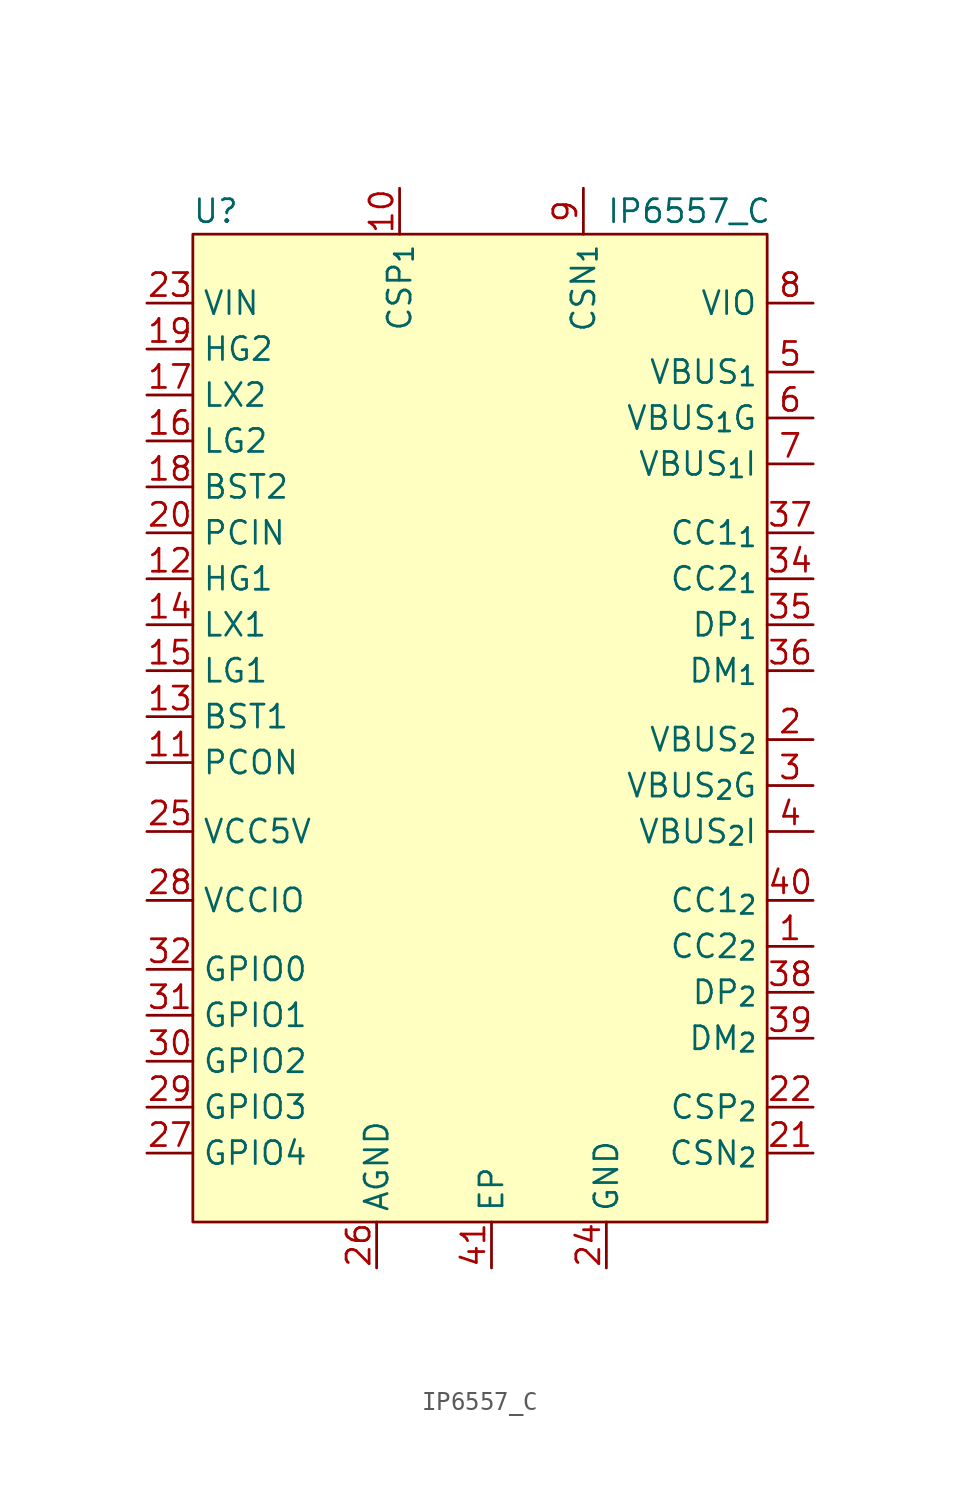
<source format=kicad_sym>
(kicad_symbol_lib
  (version 20241209)
  (generator "kicad_symbol_editor")
  (generator_version "9.0")
  (symbol "IP6557_C"
    (property "Reference" "U"
      (at -15.24 27.94 0)
      (effects (font (size 1.27 1.27))))
    (property "Value" "IP6557_C"
      (at 10.922 27.94 0)
      (effects (font (size 1.27 1.27))))
    (symbol "IP6557_C_0_0"
      (pin unspecified line (at -19.05 22.86 0) (length 2.54) (name "VIN" (effects (font (size 1.27 1.27)))) (number "23" (effects (font (size 1.27 1.27)))))
      (pin unspecified line (at -19.05 20.32 0) (length 2.54) (name "HG2" (effects (font (size 1.27 1.27)))) (number "19" (effects (font (size 1.27 1.27)))))
      (pin unspecified line (at -19.05 17.78 0) (length 2.54) (name "LX2" (effects (font (size 1.27 1.27)))) (number "17" (effects (font (size 1.27 1.27)))))
      (pin unspecified line (at -19.05 15.24 0) (length 2.54) (name "LG2" (effects (font (size 1.27 1.27)))) (number "16" (effects (font (size 1.27 1.27)))))
      (pin unspecified line (at -19.05 12.7 0) (length 2.54) (name "BST2" (effects (font (size 1.27 1.27)))) (number "18" (effects (font (size 1.27 1.27)))))
      (pin unspecified line (at -19.05 10.16 0) (length 2.54) (name "PCIN" (effects (font (size 1.27 1.27)))) (number "20" (effects (font (size 1.27 1.27)))))
      (pin unspecified line (at -19.05 7.62 0) (length 2.54) (name "HG1" (effects (font (size 1.27 1.27)))) (number "12" (effects (font (size 1.27 1.27)))))
      (pin unspecified line (at -19.05 5.08 0) (length 2.54) (name "LX1" (effects (font (size 1.27 1.27)))) (number "14" (effects (font (size 1.27 1.27)))))
      (pin unspecified line (at -19.05 2.54 0) (length 2.54) (name "LG1" (effects (font (size 1.27 1.27)))) (number "15" (effects (font (size 1.27 1.27)))))
      (pin unspecified line (at -19.05 0 0) (length 2.54) (name "BST1" (effects (font (size 1.27 1.27)))) (number "13" (effects (font (size 1.27 1.27)))))
      (pin unspecified line (at -19.05 -2.54 0) (length 2.54) (name "PCON" (effects (font (size 1.27 1.27)))) (number "11" (effects (font (size 1.27 1.27)))))
      (pin unspecified line (at -19.05 -6.35 0) (length 2.54) (name "VCC5V" (effects (font (size 1.27 1.27)))) (number "25" (effects (font (size 1.27 1.27)))))
      (pin unspecified line (at -19.05 -10.16 0) (length 2.54) (name "VCCIO" (effects (font (size 1.27 1.27)))) (number "28" (effects (font (size 1.27 1.27)))))
      (pin unspecified line (at -19.05 -13.97 0) (length 2.54) (name "GPIO0" (effects (font (size 1.27 1.27)))) (number "32" (effects (font (size 1.27 1.27)))))
      (pin unspecified line (at -19.05 -16.51 0) (length 2.54) (name "GPIO1" (effects (font (size 1.27 1.27)))) (number "31" (effects (font (size 1.27 1.27)))))
      (pin unspecified line (at -19.05 -19.05 0) (length 2.54) (name "GPIO2" (effects (font (size 1.27 1.27)))) (number "30" (effects (font (size 1.27 1.27)))))
      (pin unspecified line (at -19.05 -21.59 0) (length 2.54) (name "GPIO3" (effects (font (size 1.27 1.27)))) (number "29" (effects (font (size 1.27 1.27)))))
      (pin unspecified line (at -19.05 -24.13 0) (length 2.54) (name "GPIO4" (effects (font (size 1.27 1.27)))) (number "27" (effects (font (size 1.27 1.27)))))
      (pin unspecified line (at -6.35 -30.48 90) (length 2.54) (name "AGND" (effects (font (size 1.27 1.27)))) (number "26" (effects (font (size 1.27 1.27)))))
      (pin unspecified line (at 0 -30.48 90) (length 2.54) (name "EP" (effects (font (size 1.27 1.27)))) (number "41" (effects (font (size 1.27 1.27)))))
      (pin unspecified line (at 6.35 -30.48 90) (length 2.54) (name "GND" (effects (font (size 1.27 1.27)))) (number "24" (effects (font (size 1.27 1.27)))))
      (pin unspecified line (at 17.78 22.86 180) (length 2.54) (name "VIO" (effects (font (size 1.27 1.27)))) (number "8" (effects (font (size 1.27 1.27))))))
    (symbol "IP6557_C_1_0"
      (pin unspecified line (at -5.08 29.21 270) (length 2.54) (name "CSP_{1}" (effects (font (size 1.27 1.27)))) (number "10" (effects (font (size 1.27 1.27)))))
      (pin unspecified line (at 5.08 29.21 270) (length 2.54) (name "CSN_{1}" (effects (font (size 1.27 1.27)))) (number "9" (effects (font (size 1.27 1.27)))))
      (pin unspecified line (at 17.78 19.05 180) (length 2.54) (name "VBUS_{1}" (effects (font (size 1.27 1.27)))) (number "5" (effects (font (size 1.27 1.27)))))
      (pin unspecified line (at 17.78 16.51 180) (length 2.54) (name "VBUS_{1}G" (effects (font (size 1.27 1.27)))) (number "6" (effects (font (size 1.27 1.27)))))
      (pin unspecified line (at 17.78 13.97 180) (length 2.54) (name "VBUS_{1}I" (effects (font (size 1.27 1.27)))) (number "7" (effects (font (size 1.27 1.27)))))
      (pin unspecified line (at 17.78 10.16 180) (length 2.54) (name "CC1_{1}" (effects (font (size 1.27 1.27)))) (number "37" (effects (font (size 1.27 1.27)))))
      (pin unspecified line (at 17.78 7.62 180) (length 2.54) (name "CC2_{1}" (effects (font (size 1.27 1.27)))) (number "34" (effects (font (size 1.27 1.27)))))
      (pin unspecified line (at 17.78 5.08 180) (length 2.54) (name "DP_{1}" (effects (font (size 1.27 1.27)))) (number "35" (effects (font (size 1.27 1.27)))))
      (pin unspecified line (at 17.78 2.54 180) (length 2.54) (name "DM_{1}" (effects (font (size 1.27 1.27)))) (number "36" (effects (font (size 1.27 1.27)))))
      (pin unspecified line (at 17.78 -1.27 180) (length 2.54) (name "VBUS_{2}" (effects (font (size 1.27 1.27)))) (number "2" (effects (font (size 1.27 1.27)))))
      (pin unspecified line (at 17.78 -3.81 180) (length 2.54) (name "VBUS_{2}G" (effects (font (size 1.27 1.27)))) (number "3" (effects (font (size 1.27 1.27)))))
      (pin unspecified line (at 17.78 -6.35 180) (length 2.54) (name "VBUS_{2}I" (effects (font (size 1.27 1.27)))) (number "4" (effects (font (size 1.27 1.27)))))
      (pin unspecified line (at 17.78 -10.16 180) (length 2.54) (name "CC1_{2}" (effects (font (size 1.27 1.27)))) (number "40" (effects (font (size 1.27 1.27)))))
      (pin unspecified line (at 17.78 -12.7 180) (length 2.54) (name "CC2_{2}" (effects (font (size 1.27 1.27)))) (number "1" (effects (font (size 1.27 1.27)))))
      (pin unspecified line (at 17.78 -15.24 180) (length 2.54) (name "DP_{2}" (effects (font (size 1.27 1.27)))) (number "38" (effects (font (size 1.27 1.27)))))
      (pin unspecified line (at 17.78 -17.78 180) (length 2.54) (name "DM_{2}" (effects (font (size 1.27 1.27)))) (number "39" (effects (font (size 1.27 1.27)))))
      (pin unspecified line (at 17.78 -21.59 180) (length 2.54) (name "CSP_{2}" (effects (font (size 1.27 1.27)))) (number "22" (effects (font (size 1.27 1.27)))))
      (pin unspecified line (at 17.78 -24.13 180) (length 2.54) (name "CSN_{2}" (effects (font (size 1.27 1.27)))) (number "21" (effects (font (size 1.27 1.27)))))
      (pin unspecified line (at 17.78 -26.67 180) (length 2.54) (hide yes) (name "NC" (effects (font (size 1.27 1.27)))) (number "33" (effects (font (size 1.27 1.27))))))
    (symbol "IP6557_C_1_1"
      (rectangle (start -16.51 26.67) (end 15.24 -27.94) (stroke (width 0) (type solid)) (fill (type background))))))
</source>
